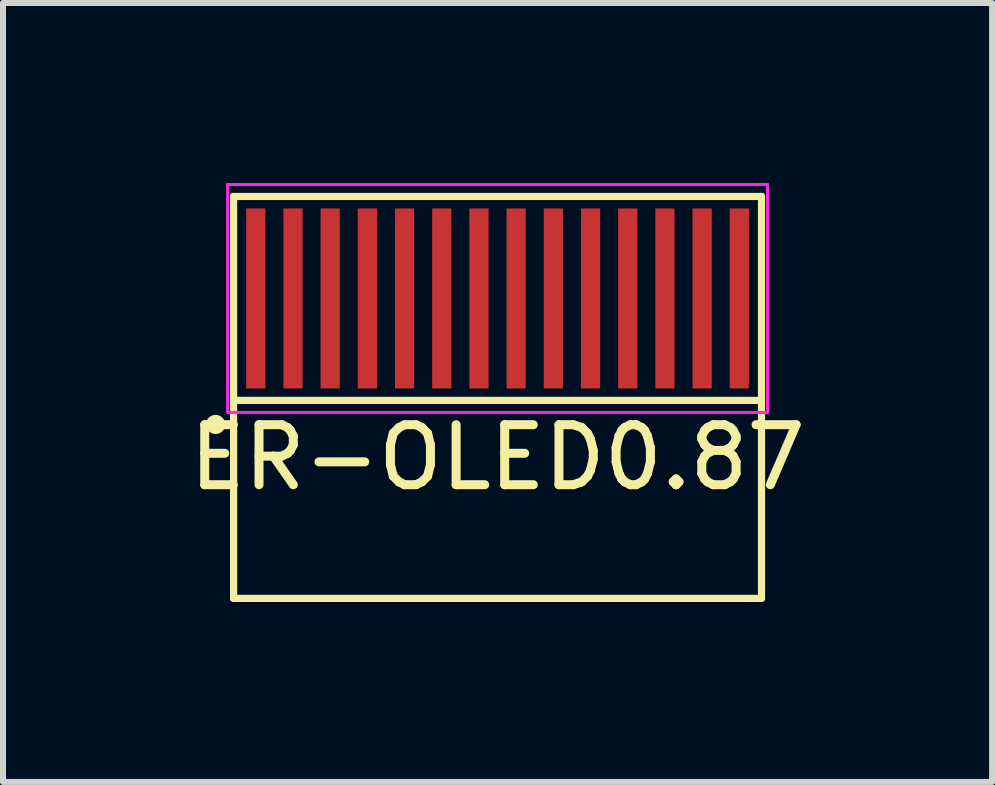
<source format=kicad_pcb>
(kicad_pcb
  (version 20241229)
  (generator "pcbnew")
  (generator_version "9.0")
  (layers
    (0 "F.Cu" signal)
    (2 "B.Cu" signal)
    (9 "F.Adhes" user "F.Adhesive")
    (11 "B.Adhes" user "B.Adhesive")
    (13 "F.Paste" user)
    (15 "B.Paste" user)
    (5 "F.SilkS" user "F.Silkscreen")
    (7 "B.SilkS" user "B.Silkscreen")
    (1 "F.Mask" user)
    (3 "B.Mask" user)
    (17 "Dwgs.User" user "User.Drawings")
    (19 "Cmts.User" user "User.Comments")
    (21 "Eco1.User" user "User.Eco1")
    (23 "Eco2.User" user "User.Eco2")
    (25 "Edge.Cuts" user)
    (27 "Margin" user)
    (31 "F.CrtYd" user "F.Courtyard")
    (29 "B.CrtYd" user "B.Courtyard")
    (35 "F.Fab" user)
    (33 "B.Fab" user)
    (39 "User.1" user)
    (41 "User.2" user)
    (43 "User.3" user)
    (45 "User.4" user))
  (footprint "ER-OLED0.87"
    (layer "F.Cu")
    (at 5.244 1.925)
    (property "Reference" "ER-OLED0.87" (at 0 2.65 0) (layer "F.SilkS") (effects (font (size 1 1) (thickness 0.15))))
    (attr smd)
    (fp_line (start -4.4 -1.7) (end 4.4 -1.7) (stroke (width 0.12) (type solid)) (layer "F.SilkS"))
    (fp_line (start -4.4 1.7) (end -4.4 -1.7) (stroke (width 0.12) (type solid)) (layer "F.SilkS"))
    (fp_line (start -4.4 1.7) (end 4.4 1.7) (stroke (width 0.12) (type solid)) (layer "F.SilkS"))
    (fp_line (start -4.4 5) (end -4.4 1.7) (stroke (width 0.12) (type solid)) (layer "F.SilkS"))
    (fp_line (start -4.4 5) (end 4.4 5) (stroke (width 0.12) (type solid)) (layer "F.SilkS"))
    (fp_line (start 4.4 1.7) (end 4.4 -1.7) (stroke (width 0.12) (type solid)) (layer "F.SilkS"))
    (fp_line (start 4.4 1.7) (end 4.4 5) (stroke (width 0.12) (type solid)) (layer "F.SilkS"))
    (fp_circle (center -4.7 2.1) (end -4.7 2.2) (stroke (width 0.12) (type solid)) (fill no) (layer "F.SilkS"))
    (fp_line (start -4.5 -1.9) (end -4.5 1.9) (stroke (width 0.05) (type solid)) (layer "F.CrtYd"))
    (fp_line (start -4.5 -1.9) (end 4.5 -1.9) (stroke (width 0.05) (type solid)) (layer "F.CrtYd"))
    (fp_line (start -4.5 1.9) (end 4.5 1.9) (stroke (width 0.05) (type solid)) (layer "F.CrtYd"))
    (fp_line (start 4.5 -1.9) (end 4.5 1.9) (stroke (width 0.05) (type solid)) (layer "F.CrtYd"))
    (pad "1" smd rect (at -4.03 0) (size 0.32 3) (layers "F.Cu" "F.Mask" "F.Paste"))
    (pad "2" smd rect (at -3.41 0) (size 0.32 3) (layers "F.Cu" "F.Mask" "F.Paste"))
    (pad "3" smd rect (at -2.79 0) (size 0.32 3) (layers "F.Cu" "F.Mask" "F.Paste"))
    (pad "4" smd rect (at -2.17 0) (size 0.32 3) (layers "F.Cu" "F.Mask" "F.Paste"))
    (pad "5" smd rect (at -1.55 0) (size 0.32 3) (layers "F.Cu" "F.Mask" "F.Paste"))
    (pad "6" smd rect (at -0.93 0) (size 0.32 3) (layers "F.Cu" "F.Mask" "F.Paste"))
    (pad "7" smd rect (at -0.31 0) (size 0.32 3) (layers "F.Cu" "F.Mask" "F.Paste"))
    (pad "8" smd rect (at 0.31 0) (size 0.32 3) (layers "F.Cu" "F.Mask" "F.Paste"))
    (pad "9" smd rect (at 0.93 0) (size 0.32 3) (layers "F.Cu" "F.Mask" "F.Paste"))
    (pad "10" smd rect (at 1.55 0) (size 0.32 3) (layers "F.Cu" "F.Mask" "F.Paste"))
    (pad "11" smd rect (at 2.17 0) (size 0.32 3) (layers "F.Cu" "F.Mask" "F.Paste"))
    (pad "12" smd rect (at 2.79 0) (size 0.32 3) (layers "F.Cu" "F.Mask" "F.Paste"))
    (pad "13" smd rect (at 3.41 0) (size 0.32 3) (layers "F.Cu" "F.Mask" "F.Paste"))
    (pad "14" smd rect (at 4.03 0) (size 0.32 3) (layers "F.Cu" "F.Mask" "F.Paste")))
  (gr_rect
    (start -3 -3)
    (end 13.488 9.985)
    (stroke (width 0.1) (type default))
    (fill no)
    (layer "Edge.Cuts")))
</source>
